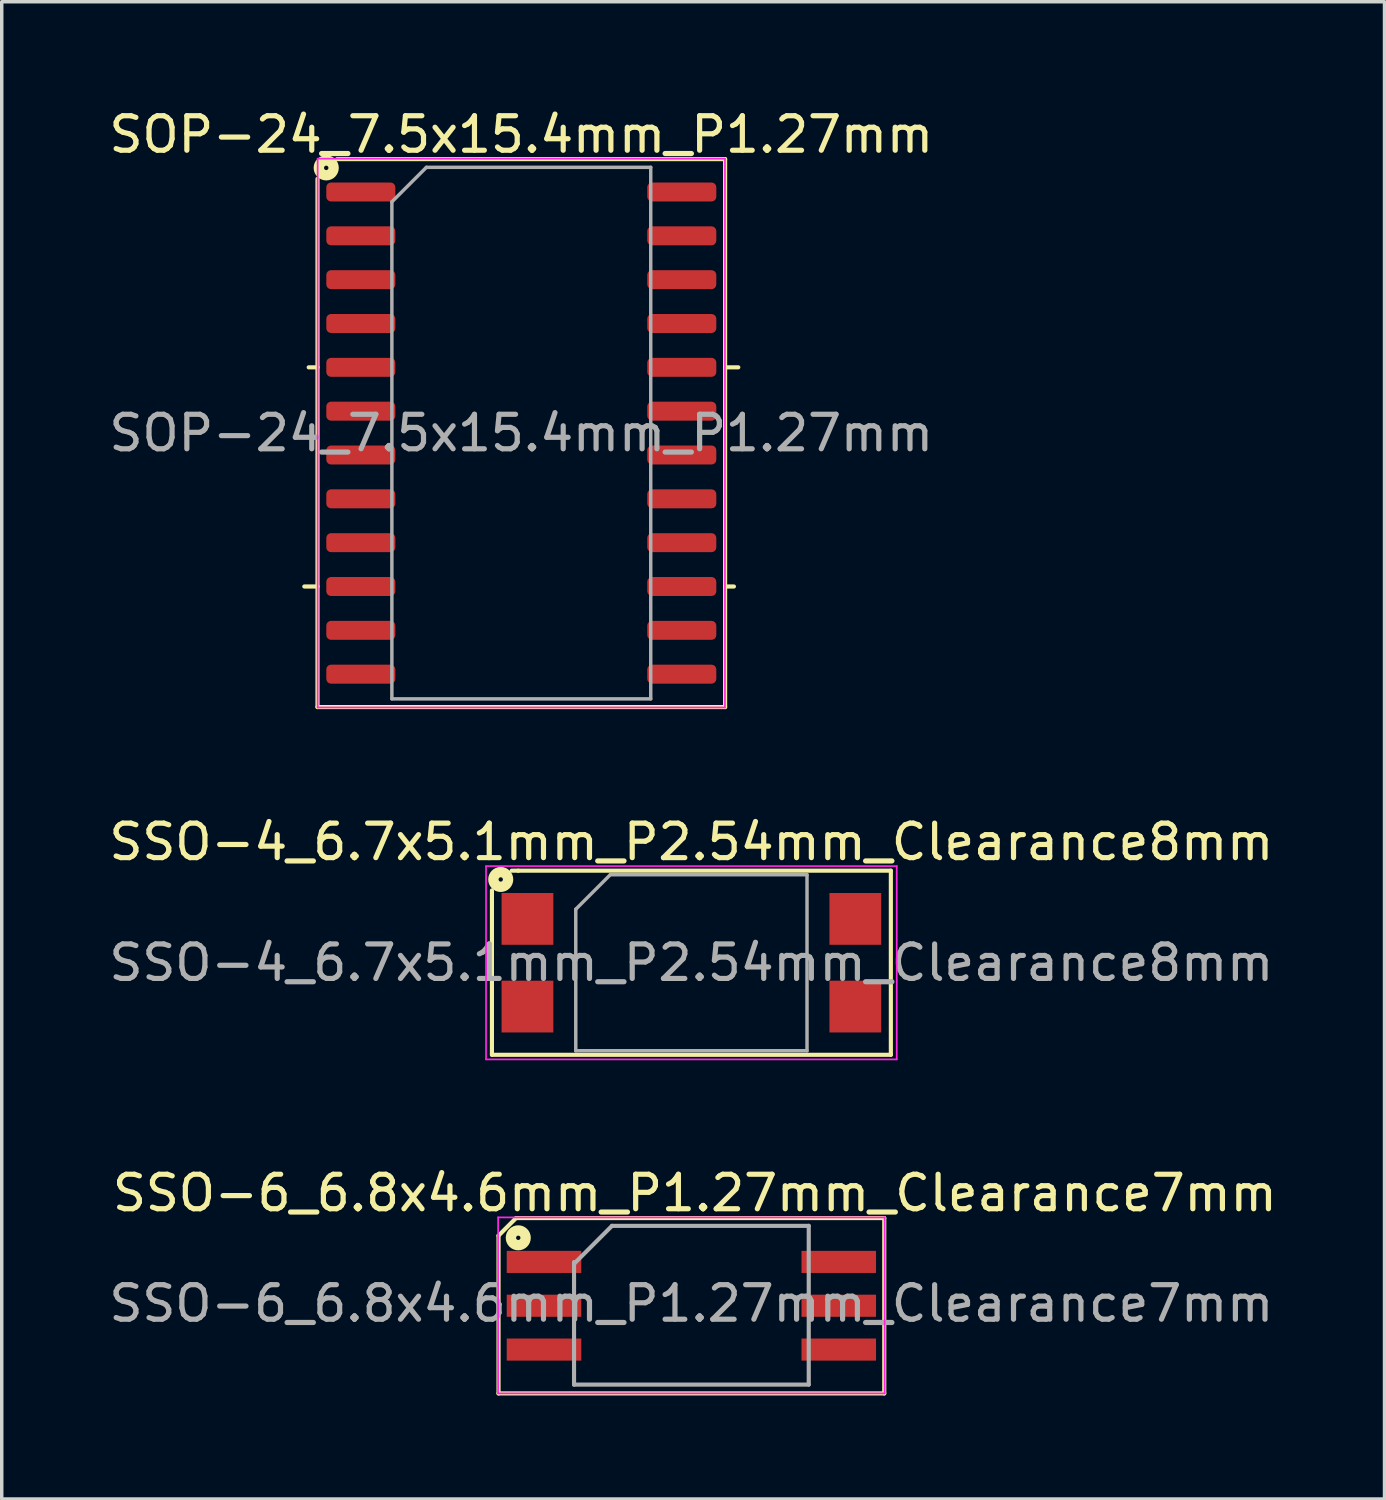
<source format=kicad_pcb>
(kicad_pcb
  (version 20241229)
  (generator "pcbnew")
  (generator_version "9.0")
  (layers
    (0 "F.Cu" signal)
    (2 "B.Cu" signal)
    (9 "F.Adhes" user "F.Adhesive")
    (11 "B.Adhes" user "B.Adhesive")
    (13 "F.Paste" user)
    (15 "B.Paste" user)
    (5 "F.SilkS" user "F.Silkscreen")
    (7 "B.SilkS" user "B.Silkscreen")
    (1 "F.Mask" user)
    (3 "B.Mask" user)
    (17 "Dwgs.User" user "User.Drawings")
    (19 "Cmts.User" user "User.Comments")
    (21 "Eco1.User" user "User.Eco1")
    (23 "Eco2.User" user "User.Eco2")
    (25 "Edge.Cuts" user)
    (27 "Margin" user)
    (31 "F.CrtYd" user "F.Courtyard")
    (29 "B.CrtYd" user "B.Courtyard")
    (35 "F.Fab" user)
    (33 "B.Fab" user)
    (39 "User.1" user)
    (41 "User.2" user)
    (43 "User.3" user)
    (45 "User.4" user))
  (footprint "SSO-6_6.8x4.6mm_P1.27mm_Clearance7mm"
    (layer "F.Cu")
    (at 16.982 34.782)
    (property "Reference" "SSO-6_6.8x4.6mm_P1.27mm_Clearance7mm" (at 0.1 -3.265 0) (layer "F.SilkS") (effects (font (size 1 1) (thickness 0.15))))
    (attr smd)
    (fp_line (start -5.588 -2.032) (end -5.588 2.54) (stroke (width 0.12) (type solid)) (layer "F.SilkS"))
    (fp_line (start -5.588 -2.032) (end -5.08 -2.54) (stroke (width 0.12) (type solid)) (layer "F.SilkS"))
    (fp_line (start -5.588 2.54) (end 5.588 2.54) (stroke (width 0.12) (type solid)) (layer "F.SilkS"))
    (fp_line (start 5.588 -2.54) (end -5.08 -2.54) (stroke (width 0.12) (type solid)) (layer "F.SilkS"))
    (fp_line (start 5.588 2.54) (end 5.588 -2.54) (stroke (width 0.12) (type solid)) (layer "F.SilkS"))
    (fp_circle (center -5.016 -1.968) (end -4.953 -1.968) (stroke (width 0.3) (type solid)) (fill no) (layer "F.SilkS"))
    (fp_line (start -5.6 -2.56) (end -5.6 2.54) (stroke (width 0.05) (type solid)) (layer "F.CrtYd"))
    (fp_line (start -5.6 -2.56) (end 5.6 -2.56) (stroke (width 0.05) (type solid)) (layer "F.CrtYd"))
    (fp_line (start 5.6 2.54) (end -5.6 2.54) (stroke (width 0.05) (type solid)) (layer "F.CrtYd"))
    (fp_line (start 5.6 2.54) (end 5.6 -2.56) (stroke (width 0.05) (type solid)) (layer "F.CrtYd"))
    (fp_line (start -3.4 2.285) (end -3.4 -1.265) (stroke (width 0.12) (type solid)) (layer "F.Fab"))
    (fp_line (start -2.3 -2.315) (end -3.4 -1.215) (stroke (width 0.12) (type solid)) (layer "F.Fab"))
    (fp_line (start 3.4 -2.315) (end -2.3 -2.315) (stroke (width 0.12) (type solid)) (layer "F.Fab"))
    (fp_line (start 3.4 -2.315) (end 3.4 2.285) (stroke (width 0.12) (type solid)) (layer "F.Fab"))
    (fp_line (start 3.4 2.285) (end -3.4 2.285) (stroke (width 0.12) (type solid)) (layer "F.Fab"))
    (fp_text user "${REFERENCE}" (at 0 -0.065 0) (layer "F.Fab") (effects (font (size 1 1) (thickness 0.15))))
    (pad "1" smd rect (at -4.27 -1.27) (size 2.16 0.64) (layers "F.Cu" "F.Mask" "F.Paste"))
    (pad "2" smd rect (at -4.27 0) (size 2.16 0.64) (layers "F.Cu" "F.Mask" "F.Paste"))
    (pad "3" smd rect (at -4.27 1.27) (size 2.16 0.64) (layers "F.Cu" "F.Mask" "F.Paste"))
    (pad "4" smd rect (at 4.27 1.27) (size 2.16 0.64) (layers "F.Cu" "F.Mask" "F.Paste"))
    (pad "5" smd rect (at 4.27 0) (size 2.16 0.64) (layers "F.Cu" "F.Mask" "F.Paste"))
    (pad "6" smd rect (at 4.27 -1.27) (size 2.16 0.64) (layers "F.Cu" "F.Mask" "F.Paste")))
  (footprint "SOP-24_7.5x15.4mm_P1.27mm"
    (layer "F.Cu")
    (at 12.054 9.498)
    (property "Reference" "SOP-24_7.5x15.4mm_P1.27mm" (at 0 -8.65 0) (layer "F.SilkS") (effects (font (size 1 1) (thickness 0.15))))
    (attr smd)
    (fp_line (start -5.905 -7.366) (end -5.905 7.938) (stroke (width 0.12) (type solid)) (layer "F.SilkS"))
    (fp_line (start -5.905 -1.905) (end -6.16 -1.905) (stroke (width 0.12) (type solid)) (layer "F.SilkS"))
    (fp_line (start -5.905 4.445) (end -6.287 4.445) (stroke (width 0.12) (type solid)) (layer "F.SilkS"))
    (fp_line (start -5.905 7.938) (end 5.905 7.938) (stroke (width 0.12) (type solid)) (layer "F.SilkS"))
    (fp_line (start 5.905 -7.938) (end -5.334 -7.938) (stroke (width 0.12) (type solid)) (layer "F.SilkS"))
    (fp_line (start 5.905 -1.905) (end 6.287 -1.905) (stroke (width 0.12) (type solid)) (layer "F.SilkS"))
    (fp_line (start 5.905 4.445) (end 6.16 4.445) (stroke (width 0.12) (type solid)) (layer "F.SilkS"))
    (fp_line (start 5.905 7.938) (end 5.905 -7.938) (stroke (width 0.12) (type solid)) (layer "F.SilkS"))
    (fp_circle (center -5.652 -7.684) (end -5.588 -7.684) (stroke (width 0.3) (type solid)) (fill no) (layer "F.SilkS"))
    (fp_line (start -5.9 -7.95) (end -5.9 7.95) (stroke (width 0.05) (type solid)) (layer "F.CrtYd"))
    (fp_line (start -5.9 7.95) (end 5.9 7.95) (stroke (width 0.05) (type solid)) (layer "F.CrtYd"))
    (fp_line (start 5.9 -7.95) (end -5.9 -7.95) (stroke (width 0.05) (type solid)) (layer "F.CrtYd"))
    (fp_line (start 5.9 7.95) (end 5.9 -7.95) (stroke (width 0.05) (type solid)) (layer "F.CrtYd"))
    (fp_line (start -3.75 -6.7) (end -2.75 -7.7) (stroke (width 0.1) (type solid)) (layer "F.Fab"))
    (fp_line (start -3.75 7.7) (end -3.75 -6.7) (stroke (width 0.1) (type solid)) (layer "F.Fab"))
    (fp_line (start -2.75 -7.7) (end 3.75 -7.7) (stroke (width 0.1) (type solid)) (layer "F.Fab"))
    (fp_line (start 3.75 -7.7) (end 3.75 7.7) (stroke (width 0.1) (type solid)) (layer "F.Fab"))
    (fp_line (start 3.75 7.7) (end -3.75 7.7) (stroke (width 0.1) (type solid)) (layer "F.Fab"))
    (fp_text user "${REFERENCE}" (at 0 0 0) (layer "F.Fab") (effects (font (size 1 1) (thickness 0.15))))
    (pad "1" smd roundrect (at -4.65 -6.985) (size 2 0.55) (layers "F.Cu" "F.Mask" "F.Paste") (roundrect_rratio 0.25))
    (pad "2" smd roundrect (at -4.65 -5.715) (size 2 0.55) (layers "F.Cu" "F.Mask" "F.Paste") (roundrect_rratio 0.25))
    (pad "3" smd roundrect (at -4.65 -4.445) (size 2 0.55) (layers "F.Cu" "F.Mask" "F.Paste") (roundrect_rratio 0.25))
    (pad "4" smd roundrect (at -4.65 -3.175) (size 2 0.55) (layers "F.Cu" "F.Mask" "F.Paste") (roundrect_rratio 0.25))
    (pad "5" smd roundrect (at -4.65 -1.905) (size 2 0.55) (layers "F.Cu" "F.Mask" "F.Paste") (roundrect_rratio 0.25))
    (pad "6" smd roundrect (at -4.65 -0.635) (size 2 0.55) (layers "F.Cu" "F.Mask" "F.Paste") (roundrect_rratio 0.25))
    (pad "7" smd roundrect (at -4.65 0.635) (size 2 0.55) (layers "F.Cu" "F.Mask" "F.Paste") (roundrect_rratio 0.25))
    (pad "8" smd roundrect (at -4.65 1.905) (size 2 0.55) (layers "F.Cu" "F.Mask" "F.Paste") (roundrect_rratio 0.25))
    (pad "9" smd roundrect (at -4.65 3.175) (size 2 0.55) (layers "F.Cu" "F.Mask" "F.Paste") (roundrect_rratio 0.25))
    (pad "10" smd roundrect (at -4.65 4.445) (size 2 0.55) (layers "F.Cu" "F.Mask" "F.Paste") (roundrect_rratio 0.25))
    (pad "11" smd roundrect (at -4.65 5.715) (size 2 0.55) (layers "F.Cu" "F.Mask" "F.Paste") (roundrect_rratio 0.25))
    (pad "12" smd roundrect (at -4.65 6.985) (size 2 0.55) (layers "F.Cu" "F.Mask" "F.Paste") (roundrect_rratio 0.25))
    (pad "13" smd roundrect (at 4.65 6.985) (size 2 0.55) (layers "F.Cu" "F.Mask" "F.Paste") (roundrect_rratio 0.25))
    (pad "14" smd roundrect (at 4.65 5.715) (size 2 0.55) (layers "F.Cu" "F.Mask" "F.Paste") (roundrect_rratio 0.25))
    (pad "15" smd roundrect (at 4.65 4.445) (size 2 0.55) (layers "F.Cu" "F.Mask" "F.Paste") (roundrect_rratio 0.25))
    (pad "16" smd roundrect (at 4.65 3.175) (size 2 0.55) (layers "F.Cu" "F.Mask" "F.Paste") (roundrect_rratio 0.25))
    (pad "17" smd roundrect (at 4.65 1.905) (size 2 0.55) (layers "F.Cu" "F.Mask" "F.Paste") (roundrect_rratio 0.25))
    (pad "18" smd roundrect (at 4.65 0.635) (size 2 0.55) (layers "F.Cu" "F.Mask" "F.Paste") (roundrect_rratio 0.25))
    (pad "19" smd roundrect (at 4.65 -0.635) (size 2 0.55) (layers "F.Cu" "F.Mask" "F.Paste") (roundrect_rratio 0.25))
    (pad "20" smd roundrect (at 4.65 -1.905) (size 2 0.55) (layers "F.Cu" "F.Mask" "F.Paste") (roundrect_rratio 0.25))
    (pad "21" smd roundrect (at 4.65 -3.175) (size 2 0.55) (layers "F.Cu" "F.Mask" "F.Paste") (roundrect_rratio 0.25))
    (pad "22" smd roundrect (at 4.65 -4.445) (size 2 0.55) (layers "F.Cu" "F.Mask" "F.Paste") (roundrect_rratio 0.25))
    (pad "23" smd roundrect (at 4.65 -5.715) (size 2 0.55) (layers "F.Cu" "F.Mask" "F.Paste") (roundrect_rratio 0.25))
    (pad "24" smd roundrect (at 4.65 -6.985) (size 2 0.55) (layers "F.Cu" "F.Mask" "F.Paste") (roundrect_rratio 0.25)))
  (footprint "SSO-4_6.7x5.1mm_P2.54mm_Clearance8mm"
    (layer "F.Cu")
    (at 16.982 24.844)
    (property "Reference" "SSO-4_6.7x5.1mm_P2.54mm_Clearance8mm" (at 0 -3.5 0) (layer "F.SilkS") (effects (font (size 1 1) (thickness 0.15))))
    (attr smd)
    (fp_line (start -5.779 -2.095) (end -5.779 -1.841) (stroke (width 0.12) (type solid)) (layer "F.SilkS"))
    (fp_line (start -5.779 -1.841) (end -5.779 2.667) (stroke (width 0.12) (type solid)) (layer "F.SilkS"))
    (fp_line (start -5.779 2.667) (end 5.779 2.667) (stroke (width 0.12) (type solid)) (layer "F.SilkS"))
    (fp_line (start -5.207 -2.667) (end -5.016 -2.667) (stroke (width 0.12) (type solid)) (layer "F.SilkS"))
    (fp_line (start 5.779 -2.667) (end -5.016 -2.667) (stroke (width 0.12) (type solid)) (layer "F.SilkS"))
    (fp_line (start 5.779 2.667) (end 5.779 -2.667) (stroke (width 0.12) (type solid)) (layer "F.SilkS"))
    (fp_circle (center -5.524 -2.413) (end -5.461 -2.413) (stroke (width 0.3) (type solid)) (fill no) (layer "F.SilkS"))
    (fp_line (start -5.95 -2.8) (end -5.95 2.8) (stroke (width 0.05) (type solid)) (layer "F.CrtYd"))
    (fp_line (start -5.95 -2.8) (end 5.95 -2.8) (stroke (width 0.05) (type solid)) (layer "F.CrtYd"))
    (fp_line (start 5.95 2.8) (end -5.95 2.8) (stroke (width 0.05) (type solid)) (layer "F.CrtYd"))
    (fp_line (start 5.95 2.8) (end 5.95 -2.8) (stroke (width 0.05) (type solid)) (layer "F.CrtYd"))
    (fp_line (start -3.35 2.55) (end -3.35 -1.55) (stroke (width 0.1) (type solid)) (layer "F.Fab"))
    (fp_line (start -2.35 -2.55) (end -3.35 -1.55) (stroke (width 0.1) (type solid)) (layer "F.Fab"))
    (fp_line (start 3.35 -2.55) (end -2.35 -2.55) (stroke (width 0.1) (type solid)) (layer "F.Fab"))
    (fp_line (start 3.35 -2.55) (end 3.35 2.55) (stroke (width 0.1) (type solid)) (layer "F.Fab"))
    (fp_line (start 3.35 2.55) (end -3.35 2.55) (stroke (width 0.1) (type solid)) (layer "F.Fab"))
    (fp_text user "${REFERENCE}" (at 0 0 0) (layer "F.Fab") (effects (font (size 1 1) (thickness 0.15))))
    (pad "1" smd rect (at -4.75 -1.27) (size 1.5 1.5) (layers "F.Cu" "F.Mask" "F.Paste"))
    (pad "2" smd rect (at -4.75 1.27) (size 1.5 1.5) (layers "F.Cu" "F.Mask" "F.Paste"))
    (pad "3" smd rect (at 4.75 1.27) (size 1.5 1.5) (layers "F.Cu" "F.Mask" "F.Paste"))
    (pad "4" smd rect (at 4.75 -1.27) (size 1.5 1.5) (layers "F.Cu" "F.Mask" "F.Paste")))
  (gr_rect
    (start -3 -3)
    (end 37.064 40.382)
    (stroke (width 0.1) (type default))
    (fill no)
    (layer "Edge.Cuts")))
</source>
